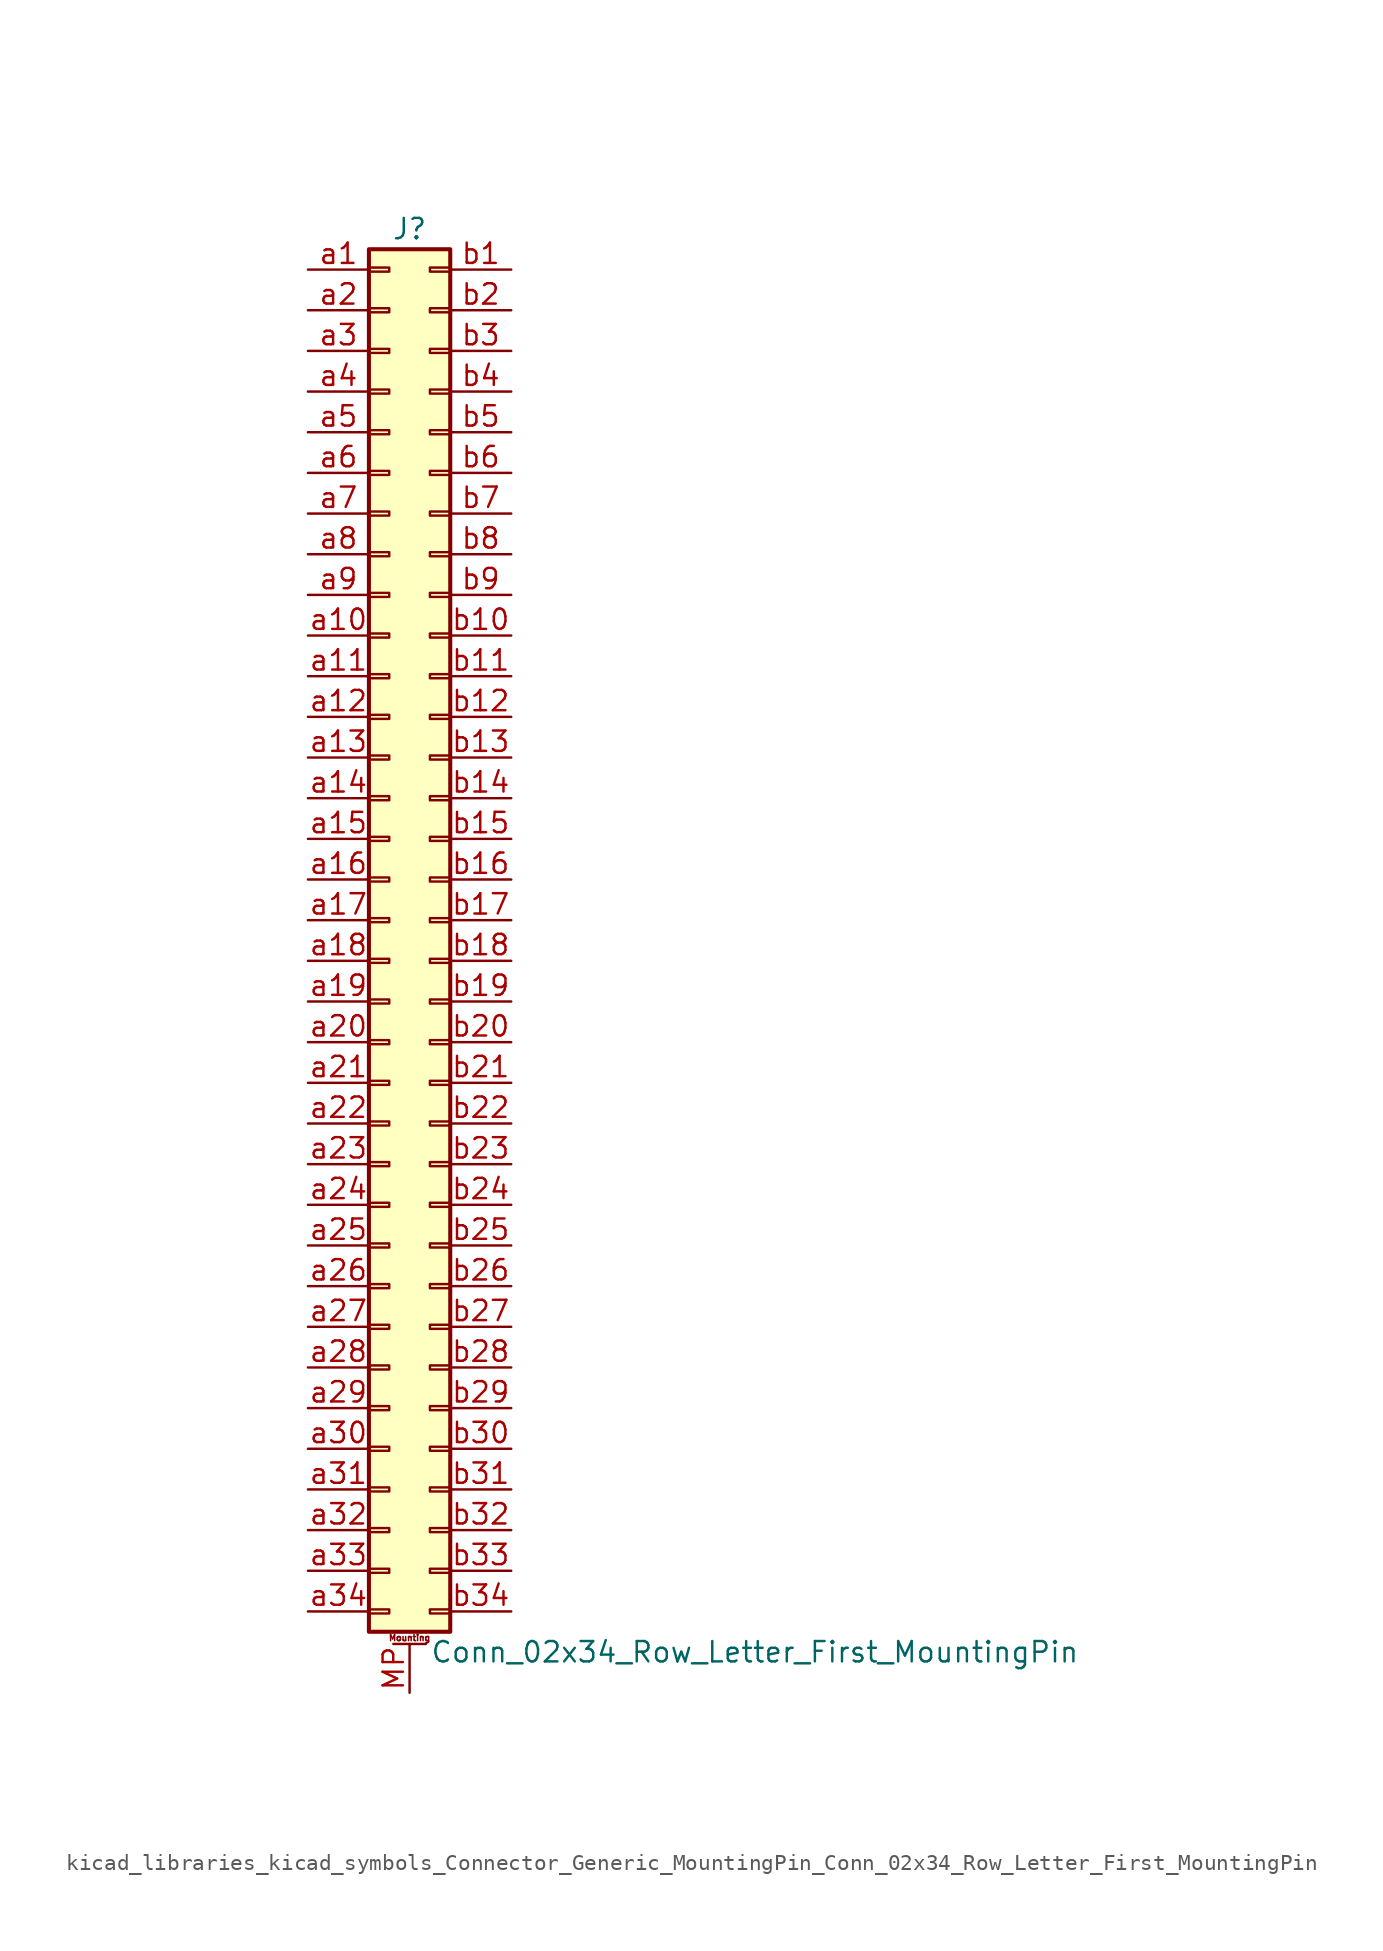
<source format=kicad_sym>
(kicad_symbol_lib
  (version 20220914)
  (generator kicad_symbol_editor)
  (symbol "kicad_libraries_kicad_symbols_Connector_Generic_MountingPin_Conn_02x34_Row_Letter_First_MountingPin"
    (pin_names
      (offset 1.016) hide)
    (property "Reference" "J"
      (at 1.27 43.18 0)
      (effects (font (size 1.27 1.27))))
    (property "Value" "Conn_02x34_Row_Letter_First_MountingPin"
      (at 2.54 -45.72 0)
      (effects (font (size 1.27 1.27)) (justify left)))
    (symbol "kicad_libraries_kicad_symbols_Connector_Generic_MountingPin_Conn_02x34_Row_Letter_First_MountingPin_1_1"
      (rectangle (start -1.27 -43.053) (end 0 -43.307) (stroke (width 0.152) (type default)) (fill (type none)))
      (rectangle (start -1.27 -40.513) (end 0 -40.767) (stroke (width 0.152) (type default)) (fill (type none)))
      (rectangle (start -1.27 -37.973) (end 0 -38.227) (stroke (width 0.152) (type default)) (fill (type none)))
      (rectangle (start -1.27 -35.433) (end 0 -35.687) (stroke (width 0.152) (type default)) (fill (type none)))
      (rectangle (start -1.27 -32.893) (end 0 -33.147) (stroke (width 0.152) (type default)) (fill (type none)))
      (rectangle (start -1.27 -30.353) (end 0 -30.607) (stroke (width 0.152) (type default)) (fill (type none)))
      (rectangle (start -1.27 -27.813) (end 0 -28.067) (stroke (width 0.152) (type default)) (fill (type none)))
      (rectangle (start -1.27 -25.273) (end 0 -25.527) (stroke (width 0.152) (type default)) (fill (type none)))
      (rectangle (start -1.27 -22.733) (end 0 -22.987) (stroke (width 0.152) (type default)) (fill (type none)))
      (rectangle (start -1.27 -20.193) (end 0 -20.447) (stroke (width 0.152) (type default)) (fill (type none)))
      (rectangle (start -1.27 -17.653) (end 0 -17.907) (stroke (width 0.152) (type default)) (fill (type none)))
      (rectangle (start -1.27 -15.113) (end 0 -15.367) (stroke (width 0.152) (type default)) (fill (type none)))
      (rectangle (start -1.27 -12.573) (end 0 -12.827) (stroke (width 0.152) (type default)) (fill (type none)))
      (rectangle (start -1.27 -10.033) (end 0 -10.287) (stroke (width 0.152) (type default)) (fill (type none)))
      (rectangle (start -1.27 -7.493) (end 0 -7.747) (stroke (width 0.152) (type default)) (fill (type none)))
      (rectangle (start -1.27 -4.953) (end 0 -5.207) (stroke (width 0.152) (type default)) (fill (type none)))
      (rectangle (start -1.27 -2.413) (end 0 -2.667) (stroke (width 0.152) (type default)) (fill (type none)))
      (rectangle (start -1.27 0.127) (end 0 -0.127) (stroke (width 0.152) (type default)) (fill (type none)))
      (rectangle (start -1.27 2.667) (end 0 2.413) (stroke (width 0.152) (type default)) (fill (type none)))
      (rectangle (start -1.27 5.207) (end 0 4.953) (stroke (width 0.152) (type default)) (fill (type none)))
      (rectangle (start -1.27 7.747) (end 0 7.493) (stroke (width 0.152) (type default)) (fill (type none)))
      (rectangle (start -1.27 10.287) (end 0 10.033) (stroke (width 0.152) (type default)) (fill (type none)))
      (rectangle (start -1.27 12.827) (end 0 12.573) (stroke (width 0.152) (type default)) (fill (type none)))
      (rectangle (start -1.27 15.367) (end 0 15.113) (stroke (width 0.152) (type default)) (fill (type none)))
      (rectangle (start -1.27 17.907) (end 0 17.653) (stroke (width 0.152) (type default)) (fill (type none)))
      (rectangle (start -1.27 20.447) (end 0 20.193) (stroke (width 0.152) (type default)) (fill (type none)))
      (rectangle (start -1.27 22.987) (end 0 22.733) (stroke (width 0.152) (type default)) (fill (type none)))
      (rectangle (start -1.27 25.527) (end 0 25.273) (stroke (width 0.152) (type default)) (fill (type none)))
      (rectangle (start -1.27 28.067) (end 0 27.813) (stroke (width 0.152) (type default)) (fill (type none)))
      (rectangle (start -1.27 30.607) (end 0 30.353) (stroke (width 0.152) (type default)) (fill (type none)))
      (rectangle (start -1.27 33.147) (end 0 32.893) (stroke (width 0.152) (type default)) (fill (type none)))
      (rectangle (start -1.27 35.687) (end 0 35.433) (stroke (width 0.152) (type default)) (fill (type none)))
      (rectangle (start -1.27 38.227) (end 0 37.973) (stroke (width 0.152) (type default)) (fill (type none)))
      (rectangle (start -1.27 40.767) (end 0 40.513) (stroke (width 0.152) (type default)) (fill (type none)))
      (rectangle (start -1.27 41.91) (end 3.81 -44.45) (stroke (width 0.254) (type default)) (fill (type background)))
      (polyline (pts (xy 0.254 -45.212) (xy 2.286 -45.212)) (stroke (width 0.152) (type default)) (fill (type none)))
      (rectangle (start 3.81 -43.053) (end 2.54 -43.307) (stroke (width 0.152) (type default)) (fill (type none)))
      (rectangle (start 3.81 -40.513) (end 2.54 -40.767) (stroke (width 0.152) (type default)) (fill (type none)))
      (rectangle (start 3.81 -37.973) (end 2.54 -38.227) (stroke (width 0.152) (type default)) (fill (type none)))
      (rectangle (start 3.81 -35.433) (end 2.54 -35.687) (stroke (width 0.152) (type default)) (fill (type none)))
      (rectangle (start 3.81 -32.893) (end 2.54 -33.147) (stroke (width 0.152) (type default)) (fill (type none)))
      (rectangle (start 3.81 -30.353) (end 2.54 -30.607) (stroke (width 0.152) (type default)) (fill (type none)))
      (rectangle (start 3.81 -27.813) (end 2.54 -28.067) (stroke (width 0.152) (type default)) (fill (type none)))
      (rectangle (start 3.81 -25.273) (end 2.54 -25.527) (stroke (width 0.152) (type default)) (fill (type none)))
      (rectangle (start 3.81 -22.733) (end 2.54 -22.987) (stroke (width 0.152) (type default)) (fill (type none)))
      (rectangle (start 3.81 -20.193) (end 2.54 -20.447) (stroke (width 0.152) (type default)) (fill (type none)))
      (rectangle (start 3.81 -17.653) (end 2.54 -17.907) (stroke (width 0.152) (type default)) (fill (type none)))
      (rectangle (start 3.81 -15.113) (end 2.54 -15.367) (stroke (width 0.152) (type default)) (fill (type none)))
      (rectangle (start 3.81 -12.573) (end 2.54 -12.827) (stroke (width 0.152) (type default)) (fill (type none)))
      (rectangle (start 3.81 -10.033) (end 2.54 -10.287) (stroke (width 0.152) (type default)) (fill (type none)))
      (rectangle (start 3.81 -7.493) (end 2.54 -7.747) (stroke (width 0.152) (type default)) (fill (type none)))
      (rectangle (start 3.81 -4.953) (end 2.54 -5.207) (stroke (width 0.152) (type default)) (fill (type none)))
      (rectangle (start 3.81 -2.413) (end 2.54 -2.667) (stroke (width 0.152) (type default)) (fill (type none)))
      (rectangle (start 3.81 0.127) (end 2.54 -0.127) (stroke (width 0.152) (type default)) (fill (type none)))
      (rectangle (start 3.81 2.667) (end 2.54 2.413) (stroke (width 0.152) (type default)) (fill (type none)))
      (rectangle (start 3.81 5.207) (end 2.54 4.953) (stroke (width 0.152) (type default)) (fill (type none)))
      (rectangle (start 3.81 7.747) (end 2.54 7.493) (stroke (width 0.152) (type default)) (fill (type none)))
      (rectangle (start 3.81 10.287) (end 2.54 10.033) (stroke (width 0.152) (type default)) (fill (type none)))
      (rectangle (start 3.81 12.827) (end 2.54 12.573) (stroke (width 0.152) (type default)) (fill (type none)))
      (rectangle (start 3.81 15.367) (end 2.54 15.113) (stroke (width 0.152) (type default)) (fill (type none)))
      (rectangle (start 3.81 17.907) (end 2.54 17.653) (stroke (width 0.152) (type default)) (fill (type none)))
      (rectangle (start 3.81 20.447) (end 2.54 20.193) (stroke (width 0.152) (type default)) (fill (type none)))
      (rectangle (start 3.81 22.987) (end 2.54 22.733) (stroke (width 0.152) (type default)) (fill (type none)))
      (rectangle (start 3.81 25.527) (end 2.54 25.273) (stroke (width 0.152) (type default)) (fill (type none)))
      (rectangle (start 3.81 28.067) (end 2.54 27.813) (stroke (width 0.152) (type default)) (fill (type none)))
      (rectangle (start 3.81 30.607) (end 2.54 30.353) (stroke (width 0.152) (type default)) (fill (type none)))
      (rectangle (start 3.81 33.147) (end 2.54 32.893) (stroke (width 0.152) (type default)) (fill (type none)))
      (rectangle (start 3.81 35.687) (end 2.54 35.433) (stroke (width 0.152) (type default)) (fill (type none)))
      (rectangle (start 3.81 38.227) (end 2.54 37.973) (stroke (width 0.152) (type default)) (fill (type none)))
      (rectangle (start 3.81 40.767) (end 2.54 40.513) (stroke (width 0.152) (type default)) (fill (type none)))
      (text "Mounting" (at 1.27 -44.831 0) (effects (font (size 0.381 0.381))))
      (pin passive line (at 1.27 -48.26 90) (length 3.048) (name "MountPin" (effects (font (size 1.27 1.27)))) (number "MP" (effects (font (size 1.27 1.27)))))
      (pin passive line (at -5.08 40.64 0) (length 3.81) (name "Pin_a1" (effects (font (size 1.27 1.27)))) (number "a1" (effects (font (size 1.27 1.27)))))
      (pin passive line (at -5.08 17.78 0) (length 3.81) (name "Pin_a10" (effects (font (size 1.27 1.27)))) (number "a10" (effects (font (size 1.27 1.27)))))
      (pin passive line (at -5.08 15.24 0) (length 3.81) (name "Pin_a11" (effects (font (size 1.27 1.27)))) (number "a11" (effects (font (size 1.27 1.27)))))
      (pin passive line (at -5.08 12.7 0) (length 3.81) (name "Pin_a12" (effects (font (size 1.27 1.27)))) (number "a12" (effects (font (size 1.27 1.27)))))
      (pin passive line (at -5.08 10.16 0) (length 3.81) (name "Pin_a13" (effects (font (size 1.27 1.27)))) (number "a13" (effects (font (size 1.27 1.27)))))
      (pin passive line (at -5.08 7.62 0) (length 3.81) (name "Pin_a14" (effects (font (size 1.27 1.27)))) (number "a14" (effects (font (size 1.27 1.27)))))
      (pin passive line (at -5.08 5.08 0) (length 3.81) (name "Pin_a15" (effects (font (size 1.27 1.27)))) (number "a15" (effects (font (size 1.27 1.27)))))
      (pin passive line (at -5.08 2.54 0) (length 3.81) (name "Pin_a16" (effects (font (size 1.27 1.27)))) (number "a16" (effects (font (size 1.27 1.27)))))
      (pin passive line (at -5.08 0 0) (length 3.81) (name "Pin_a17" (effects (font (size 1.27 1.27)))) (number "a17" (effects (font (size 1.27 1.27)))))
      (pin passive line (at -5.08 -2.54 0) (length 3.81) (name "Pin_a18" (effects (font (size 1.27 1.27)))) (number "a18" (effects (font (size 1.27 1.27)))))
      (pin passive line (at -5.08 -5.08 0) (length 3.81) (name "Pin_a19" (effects (font (size 1.27 1.27)))) (number "a19" (effects (font (size 1.27 1.27)))))
      (pin passive line (at -5.08 38.1 0) (length 3.81) (name "Pin_a2" (effects (font (size 1.27 1.27)))) (number "a2" (effects (font (size 1.27 1.27)))))
      (pin passive line (at -5.08 -7.62 0) (length 3.81) (name "Pin_a20" (effects (font (size 1.27 1.27)))) (number "a20" (effects (font (size 1.27 1.27)))))
      (pin passive line (at -5.08 -10.16 0) (length 3.81) (name "Pin_a21" (effects (font (size 1.27 1.27)))) (number "a21" (effects (font (size 1.27 1.27)))))
      (pin passive line (at -5.08 -12.7 0) (length 3.81) (name "Pin_a22" (effects (font (size 1.27 1.27)))) (number "a22" (effects (font (size 1.27 1.27)))))
      (pin passive line (at -5.08 -15.24 0) (length 3.81) (name "Pin_a23" (effects (font (size 1.27 1.27)))) (number "a23" (effects (font (size 1.27 1.27)))))
      (pin passive line (at -5.08 -17.78 0) (length 3.81) (name "Pin_a24" (effects (font (size 1.27 1.27)))) (number "a24" (effects (font (size 1.27 1.27)))))
      (pin passive line (at -5.08 -20.32 0) (length 3.81) (name "Pin_a25" (effects (font (size 1.27 1.27)))) (number "a25" (effects (font (size 1.27 1.27)))))
      (pin passive line (at -5.08 -22.86 0) (length 3.81) (name "Pin_a26" (effects (font (size 1.27 1.27)))) (number "a26" (effects (font (size 1.27 1.27)))))
      (pin passive line (at -5.08 -25.4 0) (length 3.81) (name "Pin_a27" (effects (font (size 1.27 1.27)))) (number "a27" (effects (font (size 1.27 1.27)))))
      (pin passive line (at -5.08 -27.94 0) (length 3.81) (name "Pin_a28" (effects (font (size 1.27 1.27)))) (number "a28" (effects (font (size 1.27 1.27)))))
      (pin passive line (at -5.08 -30.48 0) (length 3.81) (name "Pin_a29" (effects (font (size 1.27 1.27)))) (number "a29" (effects (font (size 1.27 1.27)))))
      (pin passive line (at -5.08 35.56 0) (length 3.81) (name "Pin_a3" (effects (font (size 1.27 1.27)))) (number "a3" (effects (font (size 1.27 1.27)))))
      (pin passive line (at -5.08 -33.02 0) (length 3.81) (name "Pin_a30" (effects (font (size 1.27 1.27)))) (number "a30" (effects (font (size 1.27 1.27)))))
      (pin passive line (at -5.08 -35.56 0) (length 3.81) (name "Pin_a31" (effects (font (size 1.27 1.27)))) (number "a31" (effects (font (size 1.27 1.27)))))
      (pin passive line (at -5.08 -38.1 0) (length 3.81) (name "Pin_a32" (effects (font (size 1.27 1.27)))) (number "a32" (effects (font (size 1.27 1.27)))))
      (pin passive line (at -5.08 -40.64 0) (length 3.81) (name "Pin_a33" (effects (font (size 1.27 1.27)))) (number "a33" (effects (font (size 1.27 1.27)))))
      (pin passive line (at -5.08 -43.18 0) (length 3.81) (name "Pin_a34" (effects (font (size 1.27 1.27)))) (number "a34" (effects (font (size 1.27 1.27)))))
      (pin passive line (at -5.08 33.02 0) (length 3.81) (name "Pin_a4" (effects (font (size 1.27 1.27)))) (number "a4" (effects (font (size 1.27 1.27)))))
      (pin passive line (at -5.08 30.48 0) (length 3.81) (name "Pin_a5" (effects (font (size 1.27 1.27)))) (number "a5" (effects (font (size 1.27 1.27)))))
      (pin passive line (at -5.08 27.94 0) (length 3.81) (name "Pin_a6" (effects (font (size 1.27 1.27)))) (number "a6" (effects (font (size 1.27 1.27)))))
      (pin passive line (at -5.08 25.4 0) (length 3.81) (name "Pin_a7" (effects (font (size 1.27 1.27)))) (number "a7" (effects (font (size 1.27 1.27)))))
      (pin passive line (at -5.08 22.86 0) (length 3.81) (name "Pin_a8" (effects (font (size 1.27 1.27)))) (number "a8" (effects (font (size 1.27 1.27)))))
      (pin passive line (at -5.08 20.32 0) (length 3.81) (name "Pin_a9" (effects (font (size 1.27 1.27)))) (number "a9" (effects (font (size 1.27 1.27)))))
      (pin passive line (at 7.62 40.64 180) (length 3.81) (name "Pin_b1" (effects (font (size 1.27 1.27)))) (number "b1" (effects (font (size 1.27 1.27)))))
      (pin passive line (at 7.62 17.78 180) (length 3.81) (name "Pin_b10" (effects (font (size 1.27 1.27)))) (number "b10" (effects (font (size 1.27 1.27)))))
      (pin passive line (at 7.62 15.24 180) (length 3.81) (name "Pin_b11" (effects (font (size 1.27 1.27)))) (number "b11" (effects (font (size 1.27 1.27)))))
      (pin passive line (at 7.62 12.7 180) (length 3.81) (name "Pin_b12" (effects (font (size 1.27 1.27)))) (number "b12" (effects (font (size 1.27 1.27)))))
      (pin passive line (at 7.62 10.16 180) (length 3.81) (name "Pin_b13" (effects (font (size 1.27 1.27)))) (number "b13" (effects (font (size 1.27 1.27)))))
      (pin passive line (at 7.62 7.62 180) (length 3.81) (name "Pin_b14" (effects (font (size 1.27 1.27)))) (number "b14" (effects (font (size 1.27 1.27)))))
      (pin passive line (at 7.62 5.08 180) (length 3.81) (name "Pin_b15" (effects (font (size 1.27 1.27)))) (number "b15" (effects (font (size 1.27 1.27)))))
      (pin passive line (at 7.62 2.54 180) (length 3.81) (name "Pin_b16" (effects (font (size 1.27 1.27)))) (number "b16" (effects (font (size 1.27 1.27)))))
      (pin passive line (at 7.62 0 180) (length 3.81) (name "Pin_b17" (effects (font (size 1.27 1.27)))) (number "b17" (effects (font (size 1.27 1.27)))))
      (pin passive line (at 7.62 -2.54 180) (length 3.81) (name "Pin_b18" (effects (font (size 1.27 1.27)))) (number "b18" (effects (font (size 1.27 1.27)))))
      (pin passive line (at 7.62 -5.08 180) (length 3.81) (name "Pin_b19" (effects (font (size 1.27 1.27)))) (number "b19" (effects (font (size 1.27 1.27)))))
      (pin passive line (at 7.62 38.1 180) (length 3.81) (name "Pin_b2" (effects (font (size 1.27 1.27)))) (number "b2" (effects (font (size 1.27 1.27)))))
      (pin passive line (at 7.62 -7.62 180) (length 3.81) (name "Pin_b20" (effects (font (size 1.27 1.27)))) (number "b20" (effects (font (size 1.27 1.27)))))
      (pin passive line (at 7.62 -10.16 180) (length 3.81) (name "Pin_b21" (effects (font (size 1.27 1.27)))) (number "b21" (effects (font (size 1.27 1.27)))))
      (pin passive line (at 7.62 -12.7 180) (length 3.81) (name "Pin_b22" (effects (font (size 1.27 1.27)))) (number "b22" (effects (font (size 1.27 1.27)))))
      (pin passive line (at 7.62 -15.24 180) (length 3.81) (name "Pin_b23" (effects (font (size 1.27 1.27)))) (number "b23" (effects (font (size 1.27 1.27)))))
      (pin passive line (at 7.62 -17.78 180) (length 3.81) (name "Pin_b24" (effects (font (size 1.27 1.27)))) (number "b24" (effects (font (size 1.27 1.27)))))
      (pin passive line (at 7.62 -20.32 180) (length 3.81) (name "Pin_b25" (effects (font (size 1.27 1.27)))) (number "b25" (effects (font (size 1.27 1.27)))))
      (pin passive line (at 7.62 -22.86 180) (length 3.81) (name "Pin_b26" (effects (font (size 1.27 1.27)))) (number "b26" (effects (font (size 1.27 1.27)))))
      (pin passive line (at 7.62 -25.4 180) (length 3.81) (name "Pin_b27" (effects (font (size 1.27 1.27)))) (number "b27" (effects (font (size 1.27 1.27)))))
      (pin passive line (at 7.62 -27.94 180) (length 3.81) (name "Pin_b28" (effects (font (size 1.27 1.27)))) (number "b28" (effects (font (size 1.27 1.27)))))
      (pin passive line (at 7.62 -30.48 180) (length 3.81) (name "Pin_b29" (effects (font (size 1.27 1.27)))) (number "b29" (effects (font (size 1.27 1.27)))))
      (pin passive line (at 7.62 35.56 180) (length 3.81) (name "Pin_b3" (effects (font (size 1.27 1.27)))) (number "b3" (effects (font (size 1.27 1.27)))))
      (pin passive line (at 7.62 -33.02 180) (length 3.81) (name "Pin_b30" (effects (font (size 1.27 1.27)))) (number "b30" (effects (font (size 1.27 1.27)))))
      (pin passive line (at 7.62 -35.56 180) (length 3.81) (name "Pin_b31" (effects (font (size 1.27 1.27)))) (number "b31" (effects (font (size 1.27 1.27)))))
      (pin passive line (at 7.62 -38.1 180) (length 3.81) (name "Pin_b32" (effects (font (size 1.27 1.27)))) (number "b32" (effects (font (size 1.27 1.27)))))
      (pin passive line (at 7.62 -40.64 180) (length 3.81) (name "Pin_b33" (effects (font (size 1.27 1.27)))) (number "b33" (effects (font (size 1.27 1.27)))))
      (pin passive line (at 7.62 -43.18 180) (length 3.81) (name "Pin_b34" (effects (font (size 1.27 1.27)))) (number "b34" (effects (font (size 1.27 1.27)))))
      (pin passive line (at 7.62 33.02 180) (length 3.81) (name "Pin_b4" (effects (font (size 1.27 1.27)))) (number "b4" (effects (font (size 1.27 1.27)))))
      (pin passive line (at 7.62 30.48 180) (length 3.81) (name "Pin_b5" (effects (font (size 1.27 1.27)))) (number "b5" (effects (font (size 1.27 1.27)))))
      (pin passive line (at 7.62 27.94 180) (length 3.81) (name "Pin_b6" (effects (font (size 1.27 1.27)))) (number "b6" (effects (font (size 1.27 1.27)))))
      (pin passive line (at 7.62 25.4 180) (length 3.81) (name "Pin_b7" (effects (font (size 1.27 1.27)))) (number "b7" (effects (font (size 1.27 1.27)))))
      (pin passive line (at 7.62 22.86 180) (length 3.81) (name "Pin_b8" (effects (font (size 1.27 1.27)))) (number "b8" (effects (font (size 1.27 1.27)))))
      (pin passive line (at 7.62 20.32 180) (length 3.81) (name "Pin_b9" (effects (font (size 1.27 1.27)))) (number "b9" (effects (font (size 1.27 1.27))))))))
</source>
